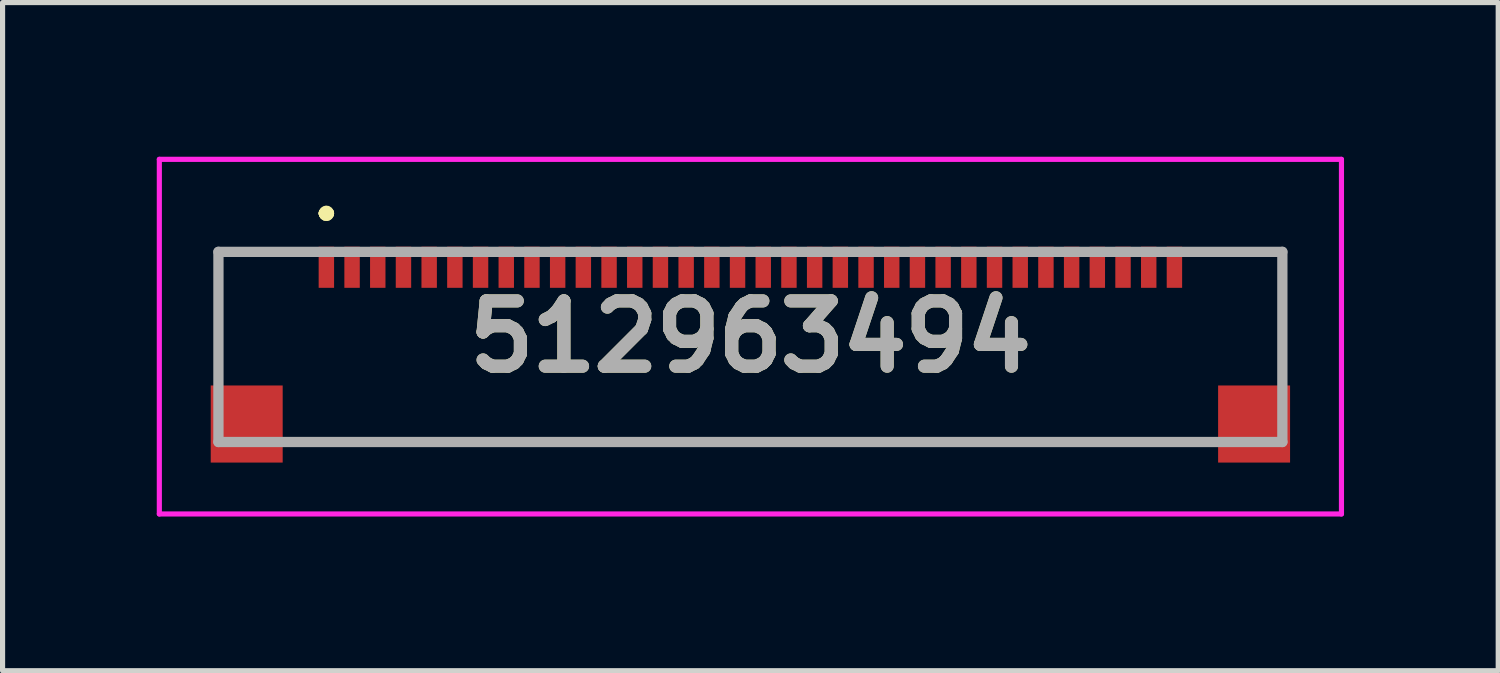
<source format=kicad_pcb>
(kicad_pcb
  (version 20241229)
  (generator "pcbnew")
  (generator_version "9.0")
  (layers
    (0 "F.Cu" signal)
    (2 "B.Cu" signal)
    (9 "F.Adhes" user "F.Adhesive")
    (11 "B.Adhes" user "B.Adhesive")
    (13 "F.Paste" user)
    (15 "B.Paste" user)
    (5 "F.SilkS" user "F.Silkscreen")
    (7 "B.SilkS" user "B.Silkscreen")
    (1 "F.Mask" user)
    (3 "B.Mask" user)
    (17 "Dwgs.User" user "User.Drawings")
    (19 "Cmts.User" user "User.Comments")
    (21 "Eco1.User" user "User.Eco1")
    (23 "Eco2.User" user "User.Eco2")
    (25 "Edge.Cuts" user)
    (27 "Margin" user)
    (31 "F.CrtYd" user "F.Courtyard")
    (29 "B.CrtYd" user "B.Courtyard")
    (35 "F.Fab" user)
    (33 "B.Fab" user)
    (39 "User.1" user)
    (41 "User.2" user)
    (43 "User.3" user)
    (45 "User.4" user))
  (footprint "512963494"
    (layer "F.Cu")
    (at 11.55 3.7)
    (property "Reference" "512963494" (at 0 -0.2 0) (layer "F.SilkS") (effects (font (size 1.27 1.27) (thickness 0.254))))
    (attr smd)
    (fp_line (start -10.35 -1.85) (end -10.35 -1.85) (stroke (width 0.1) (type solid)) (layer "F.SilkS"))
    (fp_line (start -10.35 -1.85) (end -10.35 -1.85) (stroke (width 0.1) (type solid)) (layer "F.SilkS"))
    (fp_line (start -10.35 -1.85) (end -10.35 0.25) (stroke (width 0.1) (type solid)) (layer "F.SilkS"))
    (fp_line (start -10.35 -1.85) (end -9 -1.85) (stroke (width 0.1) (type solid)) (layer "F.SilkS"))
    (fp_line (start -10.35 0.25) (end -10.35 -1.85) (stroke (width 0.1) (type solid)) (layer "F.SilkS"))
    (fp_line (start -10.35 0.25) (end -10.35 0.25) (stroke (width 0.1) (type solid)) (layer "F.SilkS"))
    (fp_line (start -9 -1.85) (end -10.35 -1.85) (stroke (width 0.1) (type solid)) (layer "F.SilkS"))
    (fp_line (start -9 -1.85) (end -9 -1.85) (stroke (width 0.1) (type solid)) (layer "F.SilkS"))
    (fp_line (start -8.5 1.85) (end -8.5 1.85) (stroke (width 0.1) (type solid)) (layer "F.SilkS"))
    (fp_line (start -8.5 1.85) (end 8.5 1.85) (stroke (width 0.1) (type solid)) (layer "F.SilkS"))
    (fp_line (start -8.3 -2.6) (end -8.3 -2.6) (stroke (width 0.2) (type solid)) (layer "F.SilkS"))
    (fp_line (start -8.3 -2.6) (end -8.3 -2.6) (stroke (width 0.2) (type solid)) (layer "F.SilkS"))
    (fp_line (start -8.2 -2.6) (end -8.2 -2.6) (stroke (width 0.2) (type solid)) (layer "F.SilkS"))
    (fp_line (start 8.5 1.85) (end -8.5 1.85) (stroke (width 0.1) (type solid)) (layer "F.SilkS"))
    (fp_line (start 8.5 1.85) (end 8.5 1.85) (stroke (width 0.1) (type solid)) (layer "F.SilkS"))
    (fp_line (start 9 -1.85) (end 9 -1.85) (stroke (width 0.1) (type solid)) (layer "F.SilkS"))
    (fp_line (start 9 -1.85) (end 10.35 -1.85) (stroke (width 0.1) (type solid)) (layer "F.SilkS"))
    (fp_line (start 10.35 -1.85) (end 9 -1.85) (stroke (width 0.1) (type solid)) (layer "F.SilkS"))
    (fp_line (start 10.35 -1.85) (end 10.35 -1.85) (stroke (width 0.1) (type solid)) (layer "F.SilkS"))
    (fp_line (start 10.35 -1.75) (end 10.35 -1.75) (stroke (width 0.1) (type solid)) (layer "F.SilkS"))
    (fp_line (start 10.35 -1.75) (end 10.35 0) (stroke (width 0.1) (type solid)) (layer "F.SilkS"))
    (fp_line (start 10.35 0) (end 10.35 -1.75) (stroke (width 0.1) (type solid)) (layer "F.SilkS"))
    (fp_line (start 10.35 0) (end 10.35 0) (stroke (width 0.1) (type solid)) (layer "F.SilkS"))
    (fp_arc (start -8.3 -2.6) (mid -8.25 -2.65) (end -8.2 -2.6) (stroke (width 0.2) (type solid)) (layer "F.SilkS"))
    (fp_arc (start -8.2 -2.6) (mid -8.25 -2.55) (end -8.3 -2.6) (stroke (width 0.2) (type solid)) (layer "F.SilkS"))
    (fp_arc (start -8.2 -2.6) (mid -8.25 -2.55) (end -8.3 -2.6) (stroke (width 0.2) (type solid)) (layer "F.SilkS"))
    (fp_line (start -11.5 -3.65) (end 11.5 -3.65) (stroke (width 0.1) (type solid)) (layer "F.CrtYd"))
    (fp_line (start -11.5 3.25) (end -11.5 -3.65) (stroke (width 0.1) (type solid)) (layer "F.CrtYd"))
    (fp_line (start 11.5 -3.65) (end 11.5 3.25) (stroke (width 0.1) (type solid)) (layer "F.CrtYd"))
    (fp_line (start 11.5 3.25) (end -11.5 3.25) (stroke (width 0.1) (type solid)) (layer "F.CrtYd"))
    (fp_line (start -10.35 -1.85) (end -10.35 1.85) (stroke (width 0.2) (type solid)) (layer "F.Fab"))
    (fp_line (start -10.35 1.85) (end 10.35 1.85) (stroke (width 0.2) (type solid)) (layer "F.Fab"))
    (fp_line (start 10.35 -1.85) (end -10.35 -1.85) (stroke (width 0.2) (type solid)) (layer "F.Fab"))
    (fp_line (start 10.35 1.85) (end 10.35 -1.85) (stroke (width 0.2) (type solid)) (layer "F.Fab"))
    (fp_text user "${REFERENCE}" (at 0 -0.2 0) (layer "F.Fab") (effects (font (size 1.27 1.27) (thickness 0.254))))
    (pad "1" smd rect (at -8.25 -1.55) (size 0.3 0.8) (layers "F.Cu" "F.Mask" "F.Paste"))
    (pad "2" smd rect (at -7.75 -1.55) (size 0.3 0.8) (layers "F.Cu" "F.Mask" "F.Paste"))
    (pad "3" smd rect (at -7.25 -1.55) (size 0.3 0.8) (layers "F.Cu" "F.Mask" "F.Paste"))
    (pad "4" smd rect (at -6.75 -1.55) (size 0.3 0.8) (layers "F.Cu" "F.Mask" "F.Paste"))
    (pad "5" smd rect (at -6.25 -1.55) (size 0.3 0.8) (layers "F.Cu" "F.Mask" "F.Paste"))
    (pad "6" smd rect (at -5.75 -1.55) (size 0.3 0.8) (layers "F.Cu" "F.Mask" "F.Paste"))
    (pad "7" smd rect (at -5.25 -1.55) (size 0.3 0.8) (layers "F.Cu" "F.Mask" "F.Paste"))
    (pad "8" smd rect (at -4.75 -1.55) (size 0.3 0.8) (layers "F.Cu" "F.Mask" "F.Paste"))
    (pad "9" smd rect (at -4.25 -1.55) (size 0.3 0.8) (layers "F.Cu" "F.Mask" "F.Paste"))
    (pad "10" smd rect (at -3.75 -1.55) (size 0.3 0.8) (layers "F.Cu" "F.Mask" "F.Paste"))
    (pad "11" smd rect (at -3.25 -1.55) (size 0.3 0.8) (layers "F.Cu" "F.Mask" "F.Paste"))
    (pad "12" smd rect (at -2.75 -1.55) (size 0.3 0.8) (layers "F.Cu" "F.Mask" "F.Paste"))
    (pad "13" smd rect (at -2.25 -1.55) (size 0.3 0.8) (layers "F.Cu" "F.Mask" "F.Paste"))
    (pad "14" smd rect (at -1.75 -1.55) (size 0.3 0.8) (layers "F.Cu" "F.Mask" "F.Paste"))
    (pad "15" smd rect (at -1.25 -1.55) (size 0.3 0.8) (layers "F.Cu" "F.Mask" "F.Paste"))
    (pad "16" smd rect (at -0.75 -1.55) (size 0.3 0.8) (layers "F.Cu" "F.Mask" "F.Paste"))
    (pad "17" smd rect (at -0.25 -1.55) (size 0.3 0.8) (layers "F.Cu" "F.Mask" "F.Paste"))
    (pad "18" smd rect (at 0.25 -1.55) (size 0.3 0.8) (layers "F.Cu" "F.Mask" "F.Paste"))
    (pad "19" smd rect (at 0.75 -1.55) (size 0.3 0.8) (layers "F.Cu" "F.Mask" "F.Paste"))
    (pad "20" smd rect (at 1.25 -1.55) (size 0.3 0.8) (layers "F.Cu" "F.Mask" "F.Paste"))
    (pad "21" smd rect (at 1.75 -1.55) (size 0.3 0.8) (layers "F.Cu" "F.Mask" "F.Paste"))
    (pad "22" smd rect (at 2.25 -1.55) (size 0.3 0.8) (layers "F.Cu" "F.Mask" "F.Paste"))
    (pad "23" smd rect (at 2.75 -1.55) (size 0.3 0.8) (layers "F.Cu" "F.Mask" "F.Paste"))
    (pad "24" smd rect (at 3.25 -1.55) (size 0.3 0.8) (layers "F.Cu" "F.Mask" "F.Paste"))
    (pad "25" smd rect (at 3.75 -1.55) (size 0.3 0.8) (layers "F.Cu" "F.Mask" "F.Paste"))
    (pad "26" smd rect (at 4.25 -1.55) (size 0.3 0.8) (layers "F.Cu" "F.Mask" "F.Paste"))
    (pad "27" smd rect (at 4.75 -1.55) (size 0.3 0.8) (layers "F.Cu" "F.Mask" "F.Paste"))
    (pad "28" smd rect (at 5.25 -1.55) (size 0.3 0.8) (layers "F.Cu" "F.Mask" "F.Paste"))
    (pad "29" smd rect (at 5.75 -1.55) (size 0.3 0.8) (layers "F.Cu" "F.Mask" "F.Paste"))
    (pad "30" smd rect (at 6.25 -1.55) (size 0.3 0.8) (layers "F.Cu" "F.Mask" "F.Paste"))
    (pad "31" smd rect (at 6.75 -1.55) (size 0.3 0.8) (layers "F.Cu" "F.Mask" "F.Paste"))
    (pad "32" smd rect (at 7.25 -1.55) (size 0.3 0.8) (layers "F.Cu" "F.Mask" "F.Paste"))
    (pad "33" smd rect (at 7.75 -1.55) (size 0.3 0.8) (layers "F.Cu" "F.Mask" "F.Paste"))
    (pad "34" smd rect (at 8.25 -1.55) (size 0.3 0.8) (layers "F.Cu" "F.Mask" "F.Paste"))
    (pad "MP1" smd rect (at -9.8 1.5) (size 1.4 1.5) (layers "F.Cu" "F.Mask" "F.Paste"))
    (pad "MP2" smd rect (at 9.8 1.5) (size 1.4 1.5) (layers "F.Cu" "F.Mask" "F.Paste")))
  (gr_rect
    (start -3 -3)
    (end 26.1 10)
    (stroke (width 0.1) (type default))
    (fill no)
    (layer "Edge.Cuts")))
</source>
